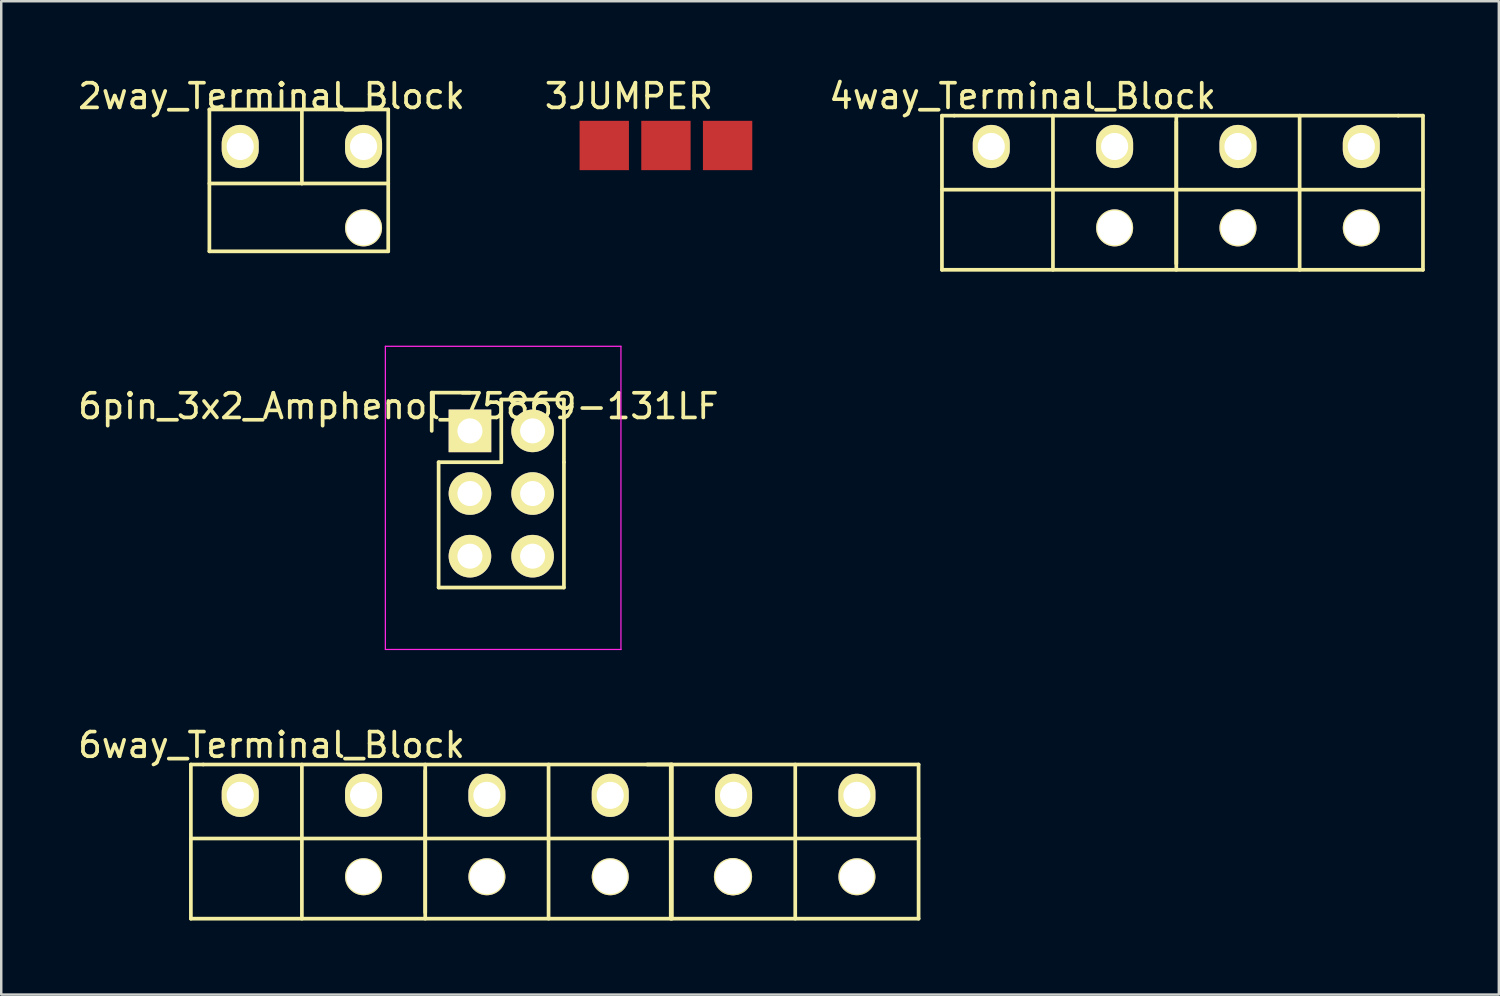
<source format=kicad_pcb>
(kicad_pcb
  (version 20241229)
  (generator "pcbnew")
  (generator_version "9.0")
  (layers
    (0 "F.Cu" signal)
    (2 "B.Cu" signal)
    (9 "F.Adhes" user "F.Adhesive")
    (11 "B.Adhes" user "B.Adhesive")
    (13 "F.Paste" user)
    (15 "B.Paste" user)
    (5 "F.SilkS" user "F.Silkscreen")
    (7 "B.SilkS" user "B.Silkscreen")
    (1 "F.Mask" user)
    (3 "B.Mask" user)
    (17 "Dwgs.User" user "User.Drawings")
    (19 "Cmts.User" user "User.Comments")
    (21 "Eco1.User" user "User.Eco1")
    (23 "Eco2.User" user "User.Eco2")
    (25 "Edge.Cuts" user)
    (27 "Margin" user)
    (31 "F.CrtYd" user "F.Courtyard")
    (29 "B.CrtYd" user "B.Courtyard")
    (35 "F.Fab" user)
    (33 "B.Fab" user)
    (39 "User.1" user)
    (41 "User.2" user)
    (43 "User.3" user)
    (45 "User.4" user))
  (footprint "4way_Terminal_Block"
    (layer "F.Cu")
    (at 37.135 2.888)
    (property "Reference" "4way_Terminal_Block" (at 1.27 -2.04 0) (layer "F.SilkS") (effects (font (size 1 1) (thickness 0.15))))
    (attr through_hole)
    (fp_line (start -2 -1.25) (end -1.5 -1.25) (stroke (width 0.15) (type solid)) (layer "F.SilkS"))
    (fp_line (start -2 5) (end -2 -1.25) (stroke (width 0.15) (type solid)) (layer "F.SilkS"))
    (fp_line (start -1.5 -1.25) (end 16.5 -1.25) (stroke (width 0.15) (type solid)) (layer "F.SilkS"))
    (fp_line (start 2.5 -1.25) (end 2.5 5) (stroke (width 0.15) (type solid)) (layer "F.SilkS"))
    (fp_line (start 7.5 -1) (end 7.5 4.75) (stroke (width 0.15) (type solid)) (layer "F.SilkS"))
    (fp_line (start 7.5 5) (end 7.5 -1.25) (stroke (width 0.15) (type solid)) (layer "F.SilkS"))
    (fp_line (start 12.5 -1.25) (end 12.5 5) (stroke (width 0.15) (type solid)) (layer "F.SilkS"))
    (fp_line (start 16.5 -1.25) (end 17.5 -1.25) (stroke (width 0.15) (type solid)) (layer "F.SilkS"))
    (fp_line (start 17.5 -1.25) (end 17.5 5) (stroke (width 0.15) (type solid)) (layer "F.SilkS"))
    (fp_line (start 17.5 1.75) (end -2 1.75) (stroke (width 0.15) (type solid)) (layer "F.SilkS"))
    (fp_line (start 17.5 5) (end -2 5) (stroke (width 0.15) (type solid)) (layer "F.SilkS"))
    (pad "" np_thru_hole circle (at 5 3.3) (size 1.5 1.5) (drill 1.4) (layers "*.Cu" "*.Mask" "F.SilkS"))
    (pad "" np_thru_hole circle (at 10 3.3) (size 1.5 1.5) (drill 1.4) (layers "*.Cu" "*.Mask" "F.SilkS"))
    (pad "" np_thru_hole circle (at 15 3.3) (size 1.5 1.5) (drill 1.4) (layers "*.Cu" "*.Mask" "F.SilkS"))
    (pad "1" thru_hole oval (at 0 0) (size 1.5 1.75) (drill 1.1) (layers "*.Cu" "*.Mask" "F.SilkS"))
    (pad "2" thru_hole oval (at 5 0) (size 1.5 1.75) (drill 1.1) (layers "*.Cu" "*.Mask" "F.SilkS"))
    (pad "3" thru_hole oval (at 10 0) (size 1.5 1.75) (drill 1.1) (layers "*.Cu" "*.Mask" "F.SilkS"))
    (pad "4" thru_hole oval (at 15 0) (size 1.5 1.75) (drill 1.1) (layers "*.Cu" "*.Mask" "F.SilkS")))
  (footprint "6pin_3x2_Amphenol_75869-131LF"
    (layer "F.Cu")
    (at 16.001 14.417)
    (property "Reference" "6pin_3x2_Amphenol_75869-131LF" (at -2.9 -1 0) (layer "F.SilkS") (effects (font (size 1 1) (thickness 0.15))))
    (attr through_hole)
    (fp_line (start -1.55 -1.55) (end -1.55 0) (stroke (width 0.15) (type solid)) (layer "F.SilkS"))
    (fp_line (start -1.55 -1.55) (end 0 -1.55) (stroke (width 0.15) (type solid)) (layer "F.SilkS"))
    (fp_line (start -1.27 1.27) (end -1.27 6.35) (stroke (width 0.15) (type solid)) (layer "F.SilkS"))
    (fp_line (start -1.27 6.35) (end 3.81 6.35) (stroke (width 0.15) (type solid)) (layer "F.SilkS"))
    (fp_line (start 1.27 -1.27) (end 1.27 1.27) (stroke (width 0.15) (type solid)) (layer "F.SilkS"))
    (fp_line (start 1.27 1.27) (end -1.27 1.27) (stroke (width 0.15) (type solid)) (layer "F.SilkS"))
    (fp_line (start 3.81 -1.27) (end 1.27 -1.27) (stroke (width 0.15) (type solid)) (layer "F.SilkS"))
    (fp_line (start 3.81 1.27) (end 3.81 -1.27) (stroke (width 0.15) (type solid)) (layer "F.SilkS"))
    (fp_line (start 3.81 6.35) (end 3.81 1.27) (stroke (width 0.15) (type solid)) (layer "F.SilkS"))
    (fp_line (start -3.429 -3.429) (end -3.429 8.861) (stroke (width 0.05) (type solid)) (layer "F.CrtYd"))
    (fp_line (start -3.429 -3.429) (end 6.121 -3.429) (stroke (width 0.05) (type solid)) (layer "F.CrtYd"))
    (fp_line (start -3.429 8.861) (end 6.121 8.861) (stroke (width 0.05) (type solid)) (layer "F.CrtYd"))
    (fp_line (start 6.121 -3.429) (end 6.121 8.861) (stroke (width 0.05) (type solid)) (layer "F.CrtYd"))
    (pad "1" thru_hole rect (at 0 0) (size 1.727 1.727) (drill 1.016) (layers "*.Cu" "*.Mask" "F.SilkS"))
    (pad "2" thru_hole oval (at 2.54 0) (size 1.727 1.727) (drill 1.016) (layers "*.Cu" "*.Mask" "F.SilkS"))
    (pad "3" thru_hole oval (at 0 2.54) (size 1.727 1.727) (drill 1.016) (layers "*.Cu" "*.Mask" "F.SilkS"))
    (pad "4" thru_hole oval (at 2.54 2.54) (size 1.727 1.727) (drill 1.016) (layers "*.Cu" "*.Mask" "F.SilkS"))
    (pad "5" thru_hole oval (at 0 5.08) (size 1.727 1.727) (drill 1.016) (layers "*.Cu" "*.Mask" "F.SilkS"))
    (pad "6" thru_hole oval (at 2.54 5.08) (size 1.727 1.727) (drill 1.016) (layers "*.Cu" "*.Mask" "F.SilkS")))
  (footprint "6way_Terminal_Block"
    (layer "F.Cu")
    (at 6.688 29.192)
    (property "Reference" "6way_Terminal_Block" (at 1.27 -2.04 0) (layer "F.SilkS") (effects (font (size 1 1) (thickness 0.15))))
    (attr through_hole)
    (fp_line (start -2 -1.25) (end -1.5 -1.25) (stroke (width 0.15) (type solid)) (layer "F.SilkS"))
    (fp_line (start -2 5) (end -2 -1.25) (stroke (width 0.15) (type solid)) (layer "F.SilkS"))
    (fp_line (start -1.5 -1.25) (end 27.5 -1.25) (stroke (width 0.15) (type solid)) (layer "F.SilkS"))
    (fp_line (start 2.5 -1.25) (end 2.5 5) (stroke (width 0.15) (type solid)) (layer "F.SilkS"))
    (fp_line (start 7.5 -1) (end 7.5 4.75) (stroke (width 0.15) (type solid)) (layer "F.SilkS"))
    (fp_line (start 7.5 5) (end 7.5 -1.25) (stroke (width 0.15) (type solid)) (layer "F.SilkS"))
    (fp_line (start 12.5 -1.25) (end 12.5 5) (stroke (width 0.15) (type solid)) (layer "F.SilkS"))
    (fp_line (start 16.5 -1.25) (end 17.5 -1.25) (stroke (width 0.15) (type solid)) (layer "F.SilkS"))
    (fp_line (start 17.453 -1.25) (end 17.453 5) (stroke (width 0.15) (type solid)) (layer "F.SilkS"))
    (fp_line (start 17.5 -1.25) (end 17.5 5) (stroke (width 0.15) (type solid)) (layer "F.SilkS"))
    (fp_line (start 22.5 -1.25) (end 22.5 5) (stroke (width 0.15) (type solid)) (layer "F.SilkS"))
    (fp_line (start 27.5 -1.25) (end 27.5 5) (stroke (width 0.15) (type solid)) (layer "F.SilkS"))
    (fp_line (start 27.5 1.75) (end -2 1.75) (stroke (width 0.15) (type solid)) (layer "F.SilkS"))
    (fp_line (start 27.5 5) (end -2 5) (stroke (width 0.15) (type solid)) (layer "F.SilkS"))
    (pad "" np_thru_hole circle (at 5 3.3) (size 1.5 1.5) (drill 1.4) (layers "*.Cu" "*.Mask" "F.SilkS"))
    (pad "" np_thru_hole circle (at 10 3.3) (size 1.5 1.5) (drill 1.4) (layers "*.Cu" "*.Mask" "F.SilkS"))
    (pad "" np_thru_hole circle (at 15 3.3) (size 1.5 1.5) (drill 1.4) (layers "*.Cu" "*.Mask" "F.SilkS"))
    (pad "" np_thru_hole circle (at 19.953 3.3) (size 1.5 1.5) (drill 1.4) (layers "*.Cu" "*.Mask" "F.SilkS"))
    (pad "" np_thru_hole circle (at 20 3.3) (size 1.5 1.5) (drill 1.4) (layers "*.Cu" "*.Mask" "F.SilkS"))
    (pad "" np_thru_hole circle (at 25 3.3) (size 1.5 1.5) (drill 1.4) (layers "*.Cu" "*.Mask" "F.SilkS"))
    (pad "1" thru_hole oval (at 0 0) (size 1.5 1.75) (drill 1.1) (layers "*.Cu" "*.Mask" "F.SilkS"))
    (pad "2" thru_hole oval (at 5 0) (size 1.5 1.75) (drill 1.1) (layers "*.Cu" "*.Mask" "F.SilkS"))
    (pad "3" thru_hole oval (at 10 0) (size 1.5 1.75) (drill 1.1) (layers "*.Cu" "*.Mask" "F.SilkS"))
    (pad "4" thru_hole oval (at 15 0) (size 1.5 1.75) (drill 1.1) (layers "*.Cu" "*.Mask" "F.SilkS"))
    (pad "5" thru_hole oval (at 20 0) (size 1.5 1.75) (drill 1.1) (layers "*.Cu" "*.Mask" "F.SilkS"))
    (pad "6" thru_hole oval (at 25 0) (size 1.5 1.75) (drill 1.1) (layers "*.Cu" "*.Mask" "F.SilkS")))
  (footprint "2way_Terminal_Block"
    (layer "F.Cu")
    (at 6.688 2.888)
    (property "Reference" "2way_Terminal_Block" (at 1.27 -2.04 0) (layer "F.SilkS") (effects (font (size 1 1) (thickness 0.15))))
    (attr through_hole)
    (fp_line (start -1.25 -1.5) (end 6 -1.5) (stroke (width 0.15) (type solid)) (layer "F.SilkS"))
    (fp_line (start -1.25 1.5) (end 2.5 1.5) (stroke (width 0.15) (type solid)) (layer "F.SilkS"))
    (fp_line (start -1.25 4.25) (end -1.25 -1.5) (stroke (width 0.15) (type solid)) (layer "F.SilkS"))
    (fp_line (start 2.5 1.5) (end 2.5 -1.5) (stroke (width 0.15) (type solid)) (layer "F.SilkS"))
    (fp_line (start 2.5 1.5) (end 6 1.5) (stroke (width 0.15) (type solid)) (layer "F.SilkS"))
    (fp_line (start 6 -1.5) (end 6 4.25) (stroke (width 0.15) (type solid)) (layer "F.SilkS"))
    (fp_line (start 6 4.25) (end -1.25 4.25) (stroke (width 0.15) (type solid)) (layer "F.SilkS"))
    (pad "" np_thru_hole circle (at 5 3.3) (size 1.5 1.5) (drill 1.4) (layers "*.Cu" "*.Mask" "F.SilkS"))
    (pad "1" thru_hole oval (at 0 0) (size 1.5 1.75) (drill 1.1) (layers "*.Cu" "*.Mask" "F.SilkS"))
    (pad "2" thru_hole oval (at 5 0) (size 1.5 1.75) (drill 1.1) (layers "*.Cu" "*.Mask" "F.SilkS")))
  (footprint "3JUMPER"
    (layer "F.Cu")
    (at 23.946 2.848)
    (property "Reference" "3JUMPER" (at -1.5 -2 0) (layer "F.SilkS") (effects (font (size 1 1) (thickness 0.15))))
    (attr through_hole)
    (pad "1" smd rect (at -2.5 0) (size 2 2) (layers "F.Cu" "F.Mask" "F.Paste"))
    (pad "2" smd rect (at 0 0) (size 2 2) (layers "F.Cu" "F.Mask" "F.Paste"))
    (pad "3" smd rect (at 2.5 0) (size 2 2) (layers "F.Cu" "F.Mask" "F.Paste")))
  (gr_rect
    (start -3 -3)
    (end 57.71 37.267)
    (stroke (width 0.1) (type default))
    (fill no)
    (layer "Edge.Cuts")))
</source>
